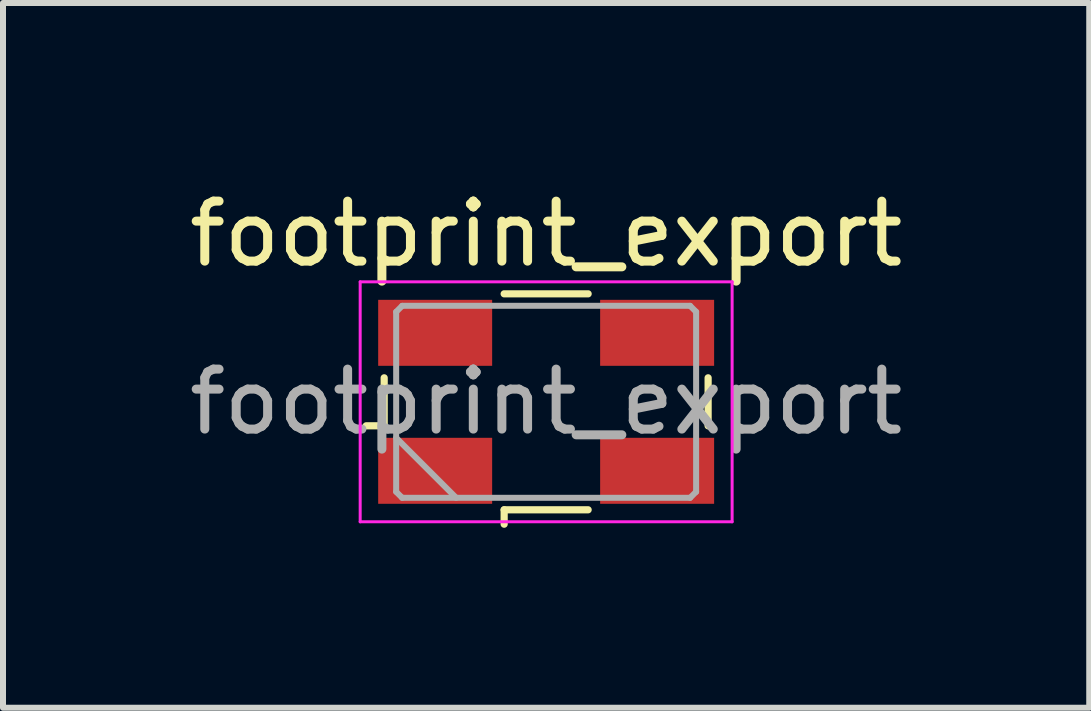
<source format=kicad_pcb>
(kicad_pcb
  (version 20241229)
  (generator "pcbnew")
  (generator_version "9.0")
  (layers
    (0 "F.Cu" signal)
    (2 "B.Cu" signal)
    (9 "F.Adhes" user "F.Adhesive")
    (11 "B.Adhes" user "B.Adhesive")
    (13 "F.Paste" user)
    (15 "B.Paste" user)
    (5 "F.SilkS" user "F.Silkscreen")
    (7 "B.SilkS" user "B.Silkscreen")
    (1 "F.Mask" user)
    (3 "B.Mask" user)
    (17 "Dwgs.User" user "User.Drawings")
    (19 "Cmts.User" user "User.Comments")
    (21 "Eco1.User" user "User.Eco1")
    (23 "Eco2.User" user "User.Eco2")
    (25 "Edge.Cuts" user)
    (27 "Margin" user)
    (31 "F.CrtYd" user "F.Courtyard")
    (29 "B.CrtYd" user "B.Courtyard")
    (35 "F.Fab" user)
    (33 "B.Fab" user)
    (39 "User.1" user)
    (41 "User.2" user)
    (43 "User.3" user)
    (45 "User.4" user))
  (footprint "footprint_export"
    (layer "F.Cu")
    (at 6.054 3.648)
    (property "Reference" "footprint_export" (at 0 -2.8 0) (layer "F.SilkS") (effects (font (size 1 1) (thickness 0.15))))
    (attr smd)
    (fp_line (start -3 0.4) (end -2.7 0.4) (stroke (width 0.12) (type solid)) (layer "F.SilkS"))
    (fp_line (start -2.7 0.4) (end -2.7 -0.4) (stroke (width 0.12) (type solid)) (layer "F.SilkS"))
    (fp_line (start -0.7 -1.8) (end 0.7 -1.8) (stroke (width 0.12) (type solid)) (layer "F.SilkS"))
    (fp_line (start -0.7 1.8) (end -0.7 2.04) (stroke (width 0.12) (type solid)) (layer "F.SilkS"))
    (fp_line (start 0.7 1.8) (end -0.7 1.8) (stroke (width 0.12) (type solid)) (layer "F.SilkS"))
    (fp_line (start 2.7 -0.4) (end 2.7 0.4) (stroke (width 0.12) (type solid)) (layer "F.SilkS"))
    (fp_line (start -3.1 -2) (end -3.1 2) (stroke (width 0.05) (type solid)) (layer "F.CrtYd"))
    (fp_line (start -3.1 2) (end 3.1 2) (stroke (width 0.05) (type solid)) (layer "F.CrtYd"))
    (fp_line (start 3.1 -2) (end -3.1 -2) (stroke (width 0.05) (type solid)) (layer "F.CrtYd"))
    (fp_line (start 3.1 2) (end 3.1 -2) (stroke (width 0.05) (type solid)) (layer "F.CrtYd"))
    (fp_line (start -2.5 -1.5) (end -2.4 -1.6) (stroke (width 0.1) (type solid)) (layer "F.Fab"))
    (fp_line (start -2.5 0.6) (end -1.5 1.6) (stroke (width 0.1) (type solid)) (layer "F.Fab"))
    (fp_line (start -2.5 1.5) (end -2.5 -1.5) (stroke (width 0.1) (type solid)) (layer "F.Fab"))
    (fp_line (start -2.4 -1.6) (end 2.4 -1.6) (stroke (width 0.1) (type solid)) (layer "F.Fab"))
    (fp_line (start -2.4 1.6) (end -2.5 1.5) (stroke (width 0.1) (type solid)) (layer "F.Fab"))
    (fp_line (start 2.4 -1.6) (end 2.5 -1.5) (stroke (width 0.1) (type solid)) (layer "F.Fab"))
    (fp_line (start 2.4 1.6) (end -2.4 1.6) (stroke (width 0.1) (type solid)) (layer "F.Fab"))
    (fp_line (start 2.5 -1.5) (end 2.5 1.5) (stroke (width 0.1) (type solid)) (layer "F.Fab"))
    (fp_line (start 2.5 1.5) (end 2.4 1.6) (stroke (width 0.1) (type solid)) (layer "F.Fab"))
    (fp_text user "${REFERENCE}" (at 0 0 0) (layer "F.Fab") (effects (font (size 1 1) (thickness 0.15))))
    (pad "1" smd rect (at -1.85 1.15) (size 1.9 1.1) (layers "F.Cu" "F.Mask" "F.Paste"))
    (pad "2" smd rect (at 1.85 1.15) (size 1.9 1.1) (layers "F.Cu" "F.Mask" "F.Paste"))
    (pad "3" smd rect (at 1.85 -1.15) (size 1.9 1.1) (layers "F.Cu" "F.Mask" "F.Paste"))
    (pad "4" smd rect (at -1.85 -1.15) (size 1.9 1.1) (layers "F.Cu" "F.Mask" "F.Paste")))
  (gr_rect
    (start -3 -3)
    (end 15.107 8.748)
    (stroke (width 0.1) (type default))
    (fill no)
    (layer "Edge.Cuts")))
</source>
